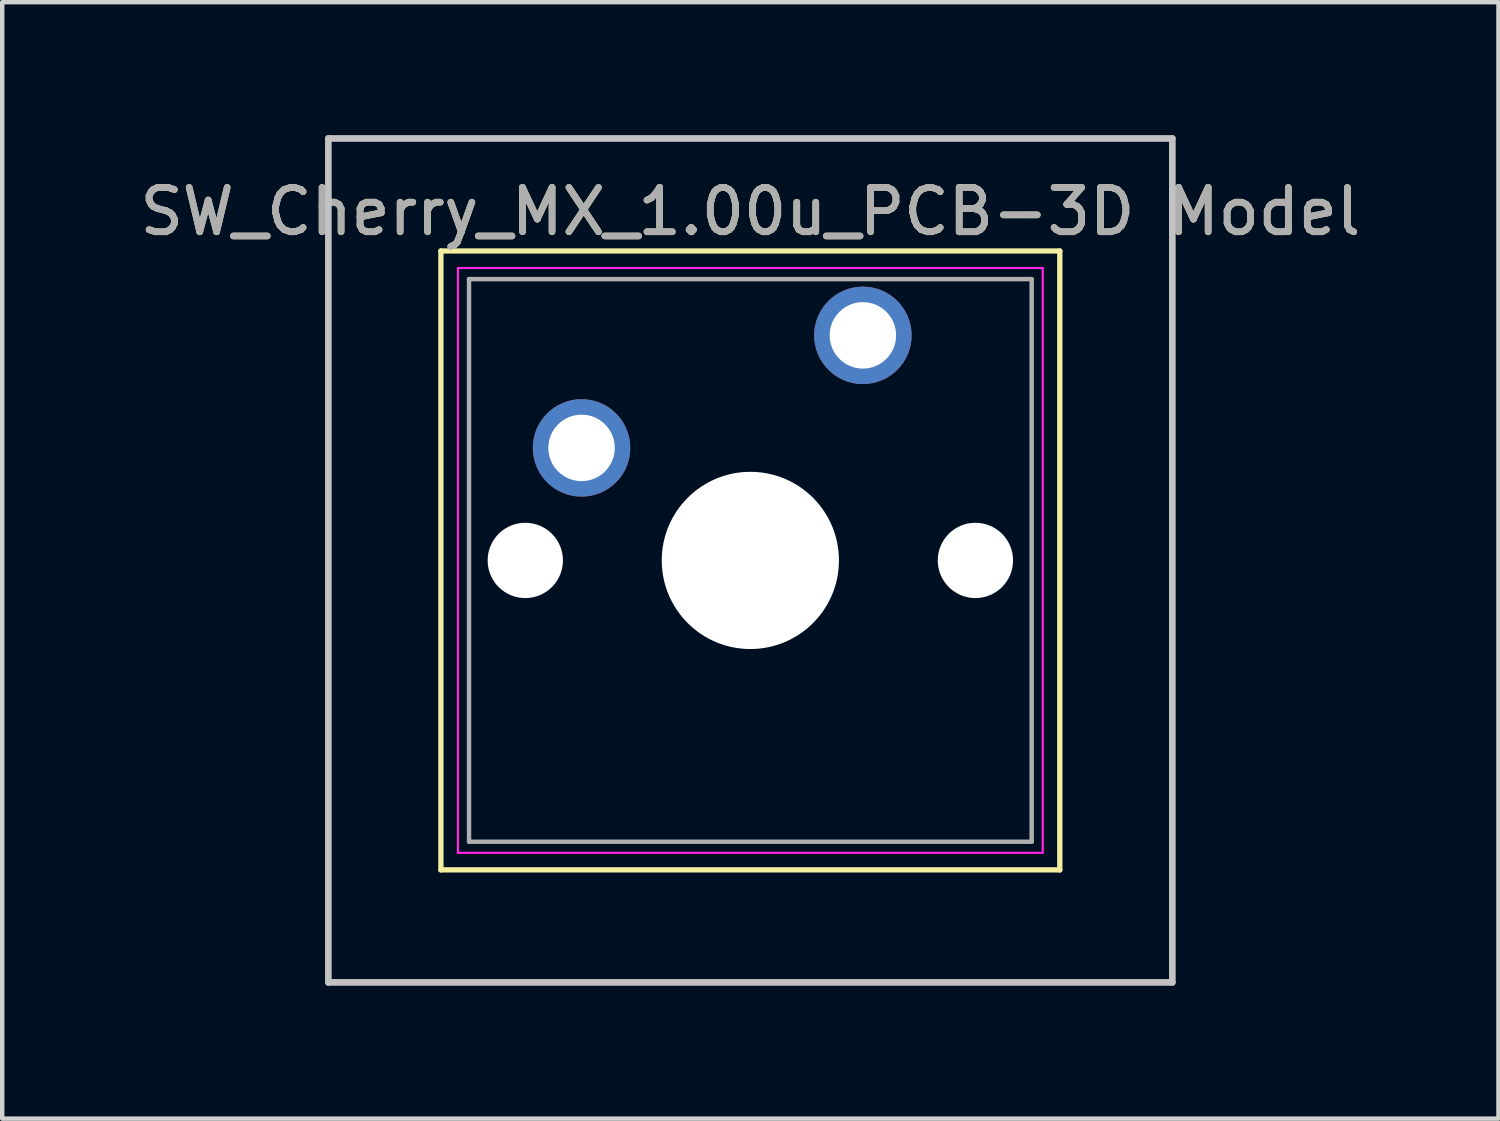
<source format=kicad_pcb>
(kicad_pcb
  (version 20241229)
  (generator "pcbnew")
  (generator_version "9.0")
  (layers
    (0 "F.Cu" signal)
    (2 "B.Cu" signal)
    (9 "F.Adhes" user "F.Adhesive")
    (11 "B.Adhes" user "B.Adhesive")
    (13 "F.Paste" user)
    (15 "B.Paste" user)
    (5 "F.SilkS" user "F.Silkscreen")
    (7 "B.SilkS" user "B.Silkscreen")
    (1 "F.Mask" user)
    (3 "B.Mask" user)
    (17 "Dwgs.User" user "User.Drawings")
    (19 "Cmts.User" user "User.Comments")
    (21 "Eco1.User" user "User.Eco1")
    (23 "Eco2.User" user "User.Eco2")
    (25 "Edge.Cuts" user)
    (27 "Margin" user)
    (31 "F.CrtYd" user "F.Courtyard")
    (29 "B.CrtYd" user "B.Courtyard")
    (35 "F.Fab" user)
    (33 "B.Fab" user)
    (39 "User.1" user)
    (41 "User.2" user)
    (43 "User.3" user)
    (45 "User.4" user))
  (footprint "SW_Cherry_MX_1.00u_PCB-3D Model"
    (layer "F.Cu")
    (at 16.427 4.52)
    (property "Reference" "SW_Cherry_MX_1.00u_PCB-3D Model" (at -2.54 -2.794 0) (layer "F.SilkS") (effects (font (size 1 1) (thickness 0.15))))
    (attr through_hole)
    (fp_line (start -9.525 -1.905) (end 4.445 -1.905) (stroke (width 0.12) (type solid)) (layer "F.SilkS"))
    (fp_line (start -9.525 12.065) (end -9.525 -1.905) (stroke (width 0.12) (type solid)) (layer "F.SilkS"))
    (fp_line (start 4.445 -1.905) (end 4.445 12.065) (stroke (width 0.12) (type solid)) (layer "F.SilkS"))
    (fp_line (start 4.445 12.065) (end -9.525 12.065) (stroke (width 0.12) (type solid)) (layer "F.SilkS"))
    (fp_line (start -12.065 -4.445) (end 6.985 -4.445) (stroke (width 0.15) (type solid)) (layer "Dwgs.User"))
    (fp_line (start -12.065 14.605) (end -12.065 -4.445) (stroke (width 0.15) (type solid)) (layer "Dwgs.User"))
    (fp_line (start 6.985 -4.445) (end 6.985 14.605) (stroke (width 0.15) (type solid)) (layer "Dwgs.User"))
    (fp_line (start 6.985 14.605) (end -12.065 14.605) (stroke (width 0.15) (type solid)) (layer "Dwgs.User"))
    (fp_line (start -9.14 -1.52) (end 4.06 -1.52) (stroke (width 0.05) (type solid)) (layer "F.CrtYd"))
    (fp_line (start -9.14 11.68) (end -9.14 -1.52) (stroke (width 0.05) (type solid)) (layer "F.CrtYd"))
    (fp_line (start 4.06 -1.52) (end 4.06 11.68) (stroke (width 0.05) (type solid)) (layer "F.CrtYd"))
    (fp_line (start 4.06 11.68) (end -9.14 11.68) (stroke (width 0.05) (type solid)) (layer "F.CrtYd"))
    (fp_line (start -8.89 -1.27) (end 3.81 -1.27) (stroke (width 0.1) (type solid)) (layer "F.Fab"))
    (fp_line (start -8.89 11.43) (end -8.89 -1.27) (stroke (width 0.1) (type solid)) (layer "F.Fab"))
    (fp_line (start 3.81 -1.27) (end 3.81 11.43) (stroke (width 0.1) (type solid)) (layer "F.Fab"))
    (fp_line (start 3.81 11.43) (end -8.89 11.43) (stroke (width 0.1) (type solid)) (layer "F.Fab"))
    (fp_text user "${REFERENCE}" (at -2.54 -2.794 0) (layer "F.Fab") (effects (font (size 1 1) (thickness 0.15))))
    (pad "" np_thru_hole circle (at -7.62 5.08) (size 1.7 1.7) (drill 1.7) (layers "*.Cu" "*.Mask"))
    (pad "" np_thru_hole circle (at -2.54 5.08) (size 4 4) (drill 4) (layers "*.Cu" "*.Mask"))
    (pad "" np_thru_hole circle (at 2.54 5.08) (size 1.7 1.7) (drill 1.7) (layers "*.Cu" "*.Mask"))
    (pad "1" thru_hole circle (at 0 0) (size 2.2 2.2) (drill 1.5) (layers "*.Cu" "*.Mask"))
    (pad "2" thru_hole circle (at -6.35 2.54) (size 2.2 2.2) (drill 1.5) (layers "*.Cu" "*.Mask")))
  (gr_rect
    (start -3 -3)
    (end 30.774 22.2)
    (stroke (width 0.1) (type default))
    (fill no)
    (layer "Edge.Cuts")))
</source>
